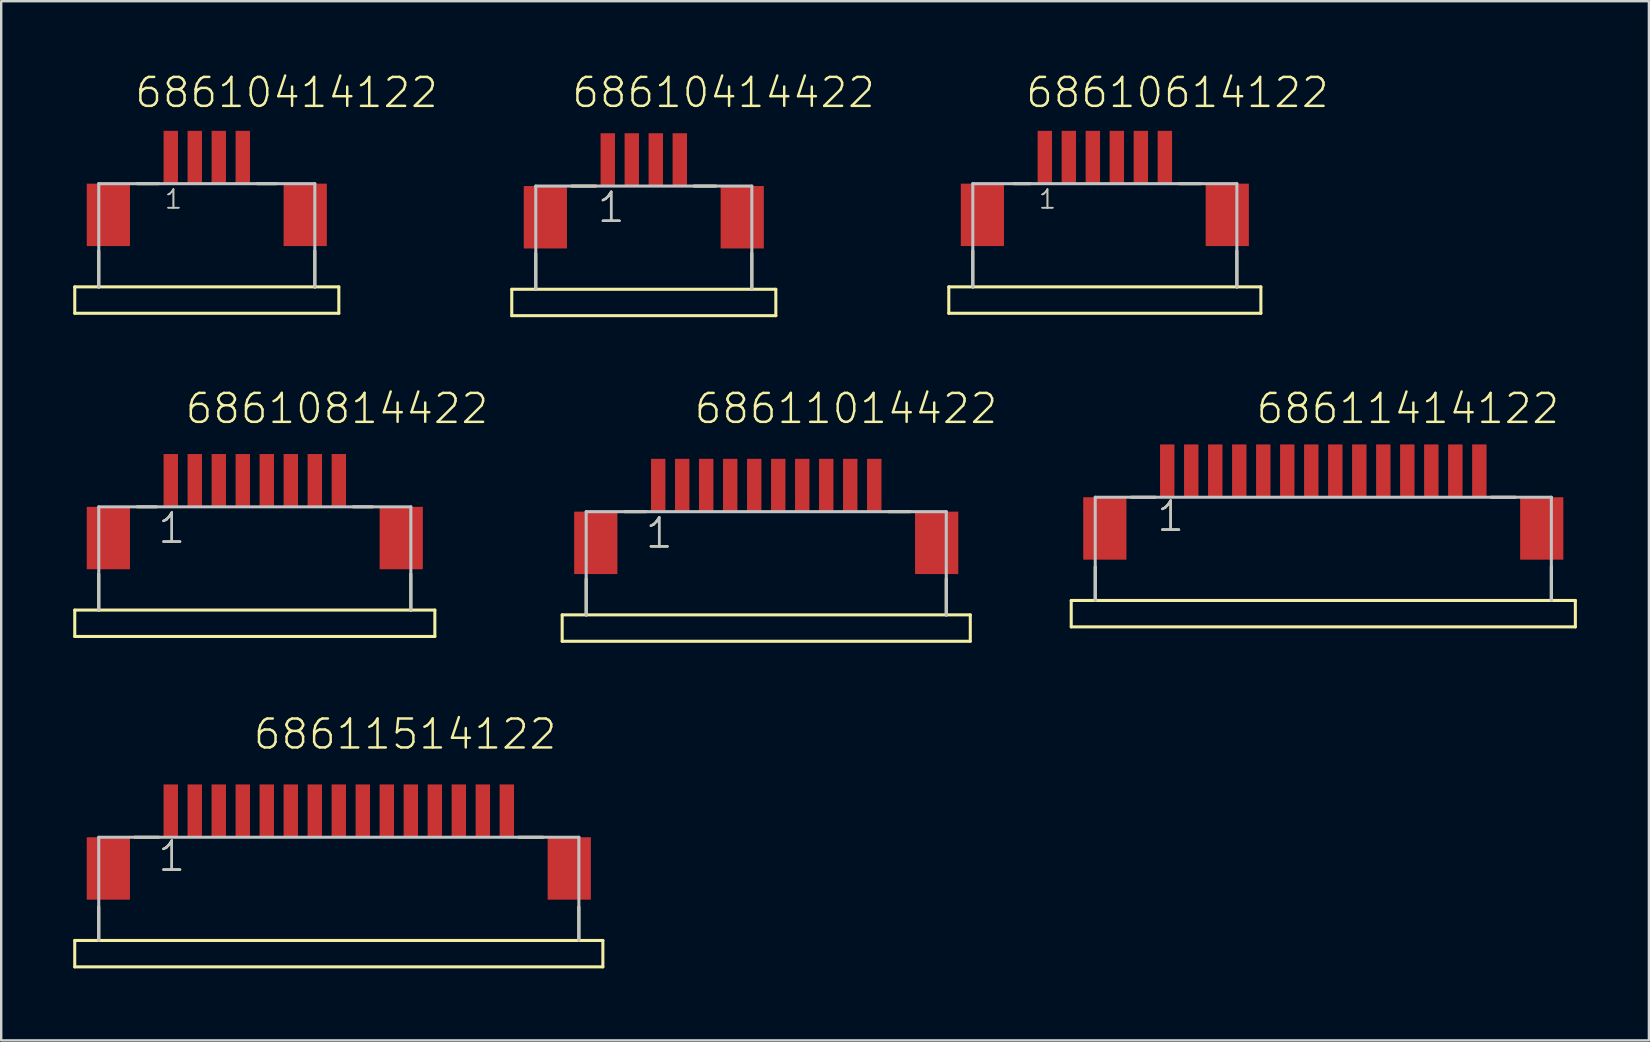
<source format=kicad_pcb>
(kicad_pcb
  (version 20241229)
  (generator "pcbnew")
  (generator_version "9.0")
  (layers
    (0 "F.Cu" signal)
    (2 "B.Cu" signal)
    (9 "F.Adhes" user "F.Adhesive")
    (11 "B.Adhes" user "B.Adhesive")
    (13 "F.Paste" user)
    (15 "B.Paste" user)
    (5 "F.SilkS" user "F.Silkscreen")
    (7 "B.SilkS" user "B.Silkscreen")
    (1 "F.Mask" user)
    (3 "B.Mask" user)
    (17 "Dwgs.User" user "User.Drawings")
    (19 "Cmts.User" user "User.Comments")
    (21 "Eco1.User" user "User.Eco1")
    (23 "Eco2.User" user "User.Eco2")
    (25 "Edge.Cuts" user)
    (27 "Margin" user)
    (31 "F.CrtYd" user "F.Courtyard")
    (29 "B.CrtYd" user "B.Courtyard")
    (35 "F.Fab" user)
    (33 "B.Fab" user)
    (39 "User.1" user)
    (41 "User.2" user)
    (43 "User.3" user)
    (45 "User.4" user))
  (footprint "68610414122"
    (layer "F.Cu")
    (at 5.564 5.9)
    (property "Reference" "68610414122" (at -3.062 -4.388 0) (layer "F.SilkS") (effects (font (size 1.206 1.206) (thickness 0.102)) (justify left bottom)))
    (attr through_hole)
    (fp_line (start -5.5 3) (end -4.5 3) (stroke (width 0.127) (type solid)) (layer "F.SilkS"))
    (fp_line (start -5.5 4.1) (end -5.5 3) (stroke (width 0.127) (type solid)) (layer "F.SilkS"))
    (fp_line (start -4.5 1.5) (end -4.5 3) (stroke (width 0.127) (type solid)) (layer "F.SilkS"))
    (fp_line (start -4.5 3) (end 4.5 3) (stroke (width 0.127) (type solid)) (layer "F.SilkS"))
    (fp_line (start -2.9 -1.3) (end -2 -1.3) (stroke (width 0.127) (type solid)) (layer "F.SilkS"))
    (fp_line (start 2.1 -1.3) (end 2.9 -1.3) (stroke (width 0.127) (type solid)) (layer "F.SilkS"))
    (fp_line (start 4.5 1.5) (end 4.5 3) (stroke (width 0.127) (type solid)) (layer "F.SilkS"))
    (fp_line (start 4.5 3) (end 5.5 3) (stroke (width 0.127) (type solid)) (layer "F.SilkS"))
    (fp_line (start 5.5 3) (end 5.5 4.1) (stroke (width 0.127) (type solid)) (layer "F.SilkS"))
    (fp_line (start 5.5 4.1) (end -5.5 4.1) (stroke (width 0.127) (type solid)) (layer "F.SilkS"))
    (fp_line (start -4.5 -1.3) (end 4.5 -1.3) (stroke (width 0.127) (type solid)) (layer "Dwgs.User"))
    (fp_line (start -4.5 3) (end -4.5 -1.3) (stroke (width 0.127) (type solid)) (layer "Dwgs.User"))
    (fp_line (start 4.5 -1.3) (end 4.5 3) (stroke (width 0.127) (type solid)) (layer "Dwgs.User"))
    (fp_text user "1" (at -1.8 -0.2 0) (layer "F.SilkS") (effects (font (size 0.772 0.772) (thickness 0.065)) (justify left bottom)))
    (fp_text user "1" (at -1.8 -0.2 0) (layer "Dwgs.User") (effects (font (size 0.772 0.772) (thickness 0.065)) (justify left bottom)))
    (pad "1" smd rect (at -1.5 -2.4) (size 0.6 2.2) (layers "F.Cu" "F.Mask" "F.Paste"))
    (pad "2" smd rect (at -0.5 -2.4) (size 0.6 2.2) (layers "F.Cu" "F.Mask" "F.Paste"))
    (pad "3" smd rect (at 0.5 -2.4) (size 0.6 2.2) (layers "F.Cu" "F.Mask" "F.Paste"))
    (pad "4" smd rect (at 1.5 -2.4) (size 0.6 2.2) (layers "F.Cu" "F.Mask" "F.Paste"))
    (pad "Z1" smd rect (at -4.1 0) (size 1.8 2.6) (layers "F.Cu" "F.Mask" "F.Paste"))
    (pad "Z2" smd rect (at 4.1 0) (size 1.8 2.6) (layers "F.Cu" "F.Mask" "F.Paste")))
  (footprint "68611014422"
    (layer "F.Cu")
    (at 28.868 19.563)
    (property "Reference" "68611014422" (at -3.062 -4.888 0) (layer "F.SilkS") (effects (font (size 1.206 1.206) (thickness 0.102)) (justify left bottom)))
    (attr through_hole)
    (fp_line (start -8.5 3) (end -7.5 3) (stroke (width 0.127) (type solid)) (layer "F.SilkS"))
    (fp_line (start -8.5 4.1) (end -8.5 3) (stroke (width 0.127) (type solid)) (layer "F.SilkS"))
    (fp_line (start -7.5 1.5) (end -7.5 3) (stroke (width 0.127) (type solid)) (layer "F.SilkS"))
    (fp_line (start -7.5 3) (end 7.5 3) (stroke (width 0.127) (type solid)) (layer "F.SilkS"))
    (fp_line (start -5.9 -1.3) (end -5 -1.3) (stroke (width 0.127) (type solid)) (layer "F.SilkS"))
    (fp_line (start 5.1 -1.3) (end 6 -1.3) (stroke (width 0.127) (type solid)) (layer "F.SilkS"))
    (fp_line (start 7.5 1.5) (end 7.5 3) (stroke (width 0.127) (type solid)) (layer "F.SilkS"))
    (fp_line (start 7.5 3) (end 8.5 3) (stroke (width 0.127) (type solid)) (layer "F.SilkS"))
    (fp_line (start 8.5 3) (end 8.5 4.1) (stroke (width 0.127) (type solid)) (layer "F.SilkS"))
    (fp_line (start 8.5 4.1) (end -8.5 4.1) (stroke (width 0.127) (type solid)) (layer "F.SilkS"))
    (fp_line (start -7.5 -1.3) (end 7.5 -1.3) (stroke (width 0.127) (type solid)) (layer "Dwgs.User"))
    (fp_line (start -7.5 3) (end -7.5 -1.3) (stroke (width 0.127) (type solid)) (layer "Dwgs.User"))
    (fp_line (start 7.5 -1.3) (end 7.5 3) (stroke (width 0.127) (type solid)) (layer "Dwgs.User"))
    (fp_text user "1" (at -5.1 0.3 0) (layer "F.SilkS") (effects (font (size 1.206 1.206) (thickness 0.102)) (justify left bottom)))
    (fp_text user "1" (at -5.1 0.3 0) (layer "Dwgs.User") (effects (font (size 1.206 1.206) (thickness 0.102)) (justify left bottom)))
    (pad "1" smd rect (at -4.5 -2.4) (size 0.6 2.2) (layers "F.Cu" "F.Mask" "F.Paste"))
    (pad "2" smd rect (at -3.5 -2.4) (size 0.6 2.2) (layers "F.Cu" "F.Mask" "F.Paste"))
    (pad "3" smd rect (at -2.5 -2.4) (size 0.6 2.2) (layers "F.Cu" "F.Mask" "F.Paste"))
    (pad "4" smd rect (at -1.5 -2.4) (size 0.6 2.2) (layers "F.Cu" "F.Mask" "F.Paste"))
    (pad "5" smd rect (at -0.5 -2.4) (size 0.6 2.2) (layers "F.Cu" "F.Mask" "F.Paste"))
    (pad "6" smd rect (at 0.5 -2.4) (size 0.6 2.2) (layers "F.Cu" "F.Mask" "F.Paste"))
    (pad "7" smd rect (at 1.5 -2.4) (size 0.6 2.2) (layers "F.Cu" "F.Mask" "F.Paste"))
    (pad "8" smd rect (at 2.5 -2.4) (size 0.6 2.2) (layers "F.Cu" "F.Mask" "F.Paste"))
    (pad "9" smd rect (at 3.5 -2.4) (size 0.6 2.2) (layers "F.Cu" "F.Mask" "F.Paste"))
    (pad "10" smd rect (at 4.5 -2.4) (size 0.6 2.2) (layers "F.Cu" "F.Mask" "F.Paste"))
    (pad "Z1" smd rect (at -7.1 0) (size 1.8 2.6) (layers "F.Cu" "F.Mask" "F.Paste"))
    (pad "Z2" smd rect (at 7.1 0) (size 1.8 2.6) (layers "F.Cu" "F.Mask" "F.Paste")))
  (footprint "68610414422"
    (layer "F.Cu")
    (at 23.768 6)
    (property "Reference" "68610414422" (at -3.062 -4.489 0) (layer "F.SilkS") (effects (font (size 1.206 1.206) (thickness 0.102)) (justify left bottom)))
    (attr through_hole)
    (fp_line (start -5.5 3) (end -4.5 3) (stroke (width 0.127) (type solid)) (layer "F.SilkS"))
    (fp_line (start -5.5 4.1) (end -5.5 3) (stroke (width 0.127) (type solid)) (layer "F.SilkS"))
    (fp_line (start -4.5 1.5) (end -4.5 3) (stroke (width 0.127) (type solid)) (layer "F.SilkS"))
    (fp_line (start -4.5 3) (end 4.5 3) (stroke (width 0.127) (type solid)) (layer "F.SilkS"))
    (fp_line (start -3 -1.3) (end -2 -1.3) (stroke (width 0.127) (type solid)) (layer "F.SilkS"))
    (fp_line (start 2.1 -1.3) (end 3 -1.3) (stroke (width 0.127) (type solid)) (layer "F.SilkS"))
    (fp_line (start 4.5 3) (end 4.5 1.5) (stroke (width 0.127) (type solid)) (layer "F.SilkS"))
    (fp_line (start 4.5 3) (end 5.5 3) (stroke (width 0.127) (type solid)) (layer "F.SilkS"))
    (fp_line (start 5.5 3) (end 5.5 4.1) (stroke (width 0.127) (type solid)) (layer "F.SilkS"))
    (fp_line (start 5.5 4.1) (end -5.5 4.1) (stroke (width 0.127) (type solid)) (layer "F.SilkS"))
    (fp_line (start -4.5 -1.3) (end 4.5 -1.3) (stroke (width 0.127) (type solid)) (layer "Dwgs.User"))
    (fp_line (start -4.5 3) (end -4.5 -1.3) (stroke (width 0.127) (type solid)) (layer "Dwgs.User"))
    (fp_line (start 4.5 -1.3) (end 4.5 3) (stroke (width 0.127) (type solid)) (layer "Dwgs.User"))
    (fp_text user "1" (at -2 0.3 0) (layer "F.SilkS") (effects (font (size 1.206 1.206) (thickness 0.102)) (justify left bottom)))
    (fp_text user "1" (at -2 0.3 0) (layer "Dwgs.User") (effects (font (size 1.206 1.206) (thickness 0.102)) (justify left bottom)))
    (pad "1" smd rect (at -1.5 -2.4) (size 0.6 2.2) (layers "F.Cu" "F.Mask" "F.Paste"))
    (pad "2" smd rect (at -0.5 -2.4) (size 0.6 2.2) (layers "F.Cu" "F.Mask" "F.Paste"))
    (pad "3" smd rect (at 0.5 -2.4) (size 0.6 2.2) (layers "F.Cu" "F.Mask" "F.Paste"))
    (pad "4" smd rect (at 1.5 -2.4) (size 0.6 2.2) (layers "F.Cu" "F.Mask" "F.Paste"))
    (pad "Z1" smd rect (at -4.1 0) (size 1.8 2.6) (layers "F.Cu" "F.Mask" "F.Paste"))
    (pad "Z2" smd rect (at 4.1 0) (size 1.8 2.6) (layers "F.Cu" "F.Mask" "F.Paste")))
  (footprint "68610614122"
    (layer "F.Cu")
    (at 42.973 5.9)
    (property "Reference" "68610614122" (at -3.362 -4.388 0) (layer "F.SilkS") (effects (font (size 1.206 1.206) (thickness 0.102)) (justify left bottom)))
    (attr through_hole)
    (fp_line (start -6.5 3) (end -5.5 3) (stroke (width 0.127) (type solid)) (layer "F.SilkS"))
    (fp_line (start -6.5 4.1) (end -6.5 3) (stroke (width 0.127) (type solid)) (layer "F.SilkS"))
    (fp_line (start -5.5 1.5) (end -5.5 3) (stroke (width 0.127) (type solid)) (layer "F.SilkS"))
    (fp_line (start -5.5 3) (end 5.5 3) (stroke (width 0.127) (type solid)) (layer "F.SilkS"))
    (fp_line (start -3.8 -1.3) (end -3.1 -1.3) (stroke (width 0.127) (type solid)) (layer "F.SilkS"))
    (fp_line (start 3.1 -1.3) (end 4 -1.3) (stroke (width 0.127) (type solid)) (layer "F.SilkS"))
    (fp_line (start 5.5 1.5) (end 5.5 3) (stroke (width 0.127) (type solid)) (layer "F.SilkS"))
    (fp_line (start 5.5 3) (end 6.5 3) (stroke (width 0.127) (type solid)) (layer "F.SilkS"))
    (fp_line (start 6.5 3) (end 6.5 4.1) (stroke (width 0.127) (type solid)) (layer "F.SilkS"))
    (fp_line (start 6.5 4.1) (end -6.5 4.1) (stroke (width 0.127) (type solid)) (layer "F.SilkS"))
    (fp_line (start -5.5 -1.3) (end 5.5 -1.3) (stroke (width 0.127) (type solid)) (layer "Dwgs.User"))
    (fp_line (start -5.5 3) (end -5.5 -1.3) (stroke (width 0.127) (type solid)) (layer "Dwgs.User"))
    (fp_line (start 5.5 -1.3) (end 5.5 3) (stroke (width 0.127) (type solid)) (layer "Dwgs.User"))
    (fp_text user "1" (at -2.8 -0.2 0) (layer "F.SilkS") (effects (font (size 0.772 0.772) (thickness 0.065)) (justify left bottom)))
    (fp_text user "1" (at -2.8 -0.2 0) (layer "Dwgs.User") (effects (font (size 0.772 0.772) (thickness 0.065)) (justify left bottom)))
    (pad "1" smd rect (at -2.5 -2.4) (size 0.6 2.2) (layers "F.Cu" "F.Mask" "F.Paste"))
    (pad "2" smd rect (at -1.5 -2.4) (size 0.6 2.2) (layers "F.Cu" "F.Mask" "F.Paste"))
    (pad "3" smd rect (at -0.5 -2.4) (size 0.6 2.2) (layers "F.Cu" "F.Mask" "F.Paste"))
    (pad "4" smd rect (at 0.5 -2.4) (size 0.6 2.2) (layers "F.Cu" "F.Mask" "F.Paste"))
    (pad "5" smd rect (at 1.5 -2.4) (size 0.6 2.2) (layers "F.Cu" "F.Mask" "F.Paste"))
    (pad "6" smd rect (at 2.5 -2.4) (size 0.6 2.2) (layers "F.Cu" "F.Mask" "F.Paste"))
    (pad "Z1" smd rect (at -5.1 0) (size 1.8 2.6) (layers "F.Cu" "F.Mask" "F.Paste"))
    (pad "Z2" smd rect (at 5.1 0) (size 1.8 2.6) (layers "F.Cu" "F.Mask" "F.Paste")))
  (footprint "68611414122"
    (layer "F.Cu")
    (at 52.073 18.963)
    (property "Reference" "68611414122" (at -2.862 -4.288 0) (layer "F.SilkS") (effects (font (size 1.206 1.206) (thickness 0.102)) (justify left bottom)))
    (attr through_hole)
    (fp_line (start -10.5 3) (end -9.5 3) (stroke (width 0.127) (type solid)) (layer "F.SilkS"))
    (fp_line (start -10.5 4.1) (end -10.5 3) (stroke (width 0.127) (type solid)) (layer "F.SilkS"))
    (fp_line (start -9.5 1.6) (end -9.5 3) (stroke (width 0.127) (type solid)) (layer "F.SilkS"))
    (fp_line (start -9.5 3) (end 9.5 3) (stroke (width 0.127) (type solid)) (layer "F.SilkS"))
    (fp_line (start -8 -1.3) (end -7 -1.3) (stroke (width 0.127) (type solid)) (layer "F.SilkS"))
    (fp_line (start 7 -1.3) (end 8 -1.3) (stroke (width 0.127) (type solid)) (layer "F.SilkS"))
    (fp_line (start 9.5 1.6) (end 9.5 3) (stroke (width 0.127) (type solid)) (layer "F.SilkS"))
    (fp_line (start 9.5 3) (end 10.5 3) (stroke (width 0.127) (type solid)) (layer "F.SilkS"))
    (fp_line (start 10.5 3) (end 10.5 4.1) (stroke (width 0.127) (type solid)) (layer "F.SilkS"))
    (fp_line (start 10.5 4.1) (end -10.5 4.1) (stroke (width 0.127) (type solid)) (layer "F.SilkS"))
    (fp_line (start -9.5 -1.3) (end 9.5 -1.3) (stroke (width 0.127) (type solid)) (layer "Dwgs.User"))
    (fp_line (start -9.5 3) (end -9.5 -1.3) (stroke (width 0.127) (type solid)) (layer "Dwgs.User"))
    (fp_line (start 9.5 -1.3) (end 9.5 3) (stroke (width 0.127) (type solid)) (layer "Dwgs.User"))
    (fp_text user "1" (at -7 0.2 0) (layer "F.SilkS") (effects (font (size 1.206 1.206) (thickness 0.102)) (justify left bottom)))
    (fp_text user "1" (at -7 0.2 0) (layer "Dwgs.User") (effects (font (size 1.206 1.206) (thickness 0.102)) (justify left bottom)))
    (pad "1" smd rect (at -6.5 -2.4) (size 0.6 2.2) (layers "F.Cu" "F.Mask" "F.Paste"))
    (pad "2" smd rect (at -5.5 -2.4) (size 0.6 2.2) (layers "F.Cu" "F.Mask" "F.Paste"))
    (pad "3" smd rect (at -4.5 -2.4) (size 0.6 2.2) (layers "F.Cu" "F.Mask" "F.Paste"))
    (pad "4" smd rect (at -3.5 -2.4) (size 0.6 2.2) (layers "F.Cu" "F.Mask" "F.Paste"))
    (pad "5" smd rect (at -2.5 -2.4) (size 0.6 2.2) (layers "F.Cu" "F.Mask" "F.Paste"))
    (pad "6" smd rect (at -1.5 -2.4) (size 0.6 2.2) (layers "F.Cu" "F.Mask" "F.Paste"))
    (pad "7" smd rect (at -0.5 -2.4) (size 0.6 2.2) (layers "F.Cu" "F.Mask" "F.Paste"))
    (pad "8" smd rect (at 0.5 -2.4) (size 0.6 2.2) (layers "F.Cu" "F.Mask" "F.Paste"))
    (pad "9" smd rect (at 1.5 -2.4) (size 0.6 2.2) (layers "F.Cu" "F.Mask" "F.Paste"))
    (pad "10" smd rect (at 2.5 -2.4) (size 0.6 2.2) (layers "F.Cu" "F.Mask" "F.Paste"))
    (pad "11" smd rect (at 3.5 -2.4) (size 0.6 2.2) (layers "F.Cu" "F.Mask" "F.Paste"))
    (pad "12" smd rect (at 4.5 -2.4) (size 0.6 2.2) (layers "F.Cu" "F.Mask" "F.Paste"))
    (pad "13" smd rect (at 5.5 -2.4) (size 0.6 2.2) (layers "F.Cu" "F.Mask" "F.Paste"))
    (pad "14" smd rect (at 6.5 -2.4) (size 0.6 2.2) (layers "F.Cu" "F.Mask" "F.Paste"))
    (pad "Z1" smd rect (at -9.1 0) (size 1.8 2.6) (layers "F.Cu" "F.Mask" "F.Paste"))
    (pad "Z2" smd rect (at 9.1 0) (size 1.8 2.6) (layers "F.Cu" "F.Mask" "F.Paste")))
  (footprint "68610814422"
    (layer "F.Cu")
    (at 7.564 19.363)
    (property "Reference" "68610814422" (at -2.962 -4.689 0) (layer "F.SilkS") (effects (font (size 1.206 1.206) (thickness 0.102)) (justify left bottom)))
    (attr through_hole)
    (fp_line (start -7.5 3) (end -6.5 3) (stroke (width 0.127) (type solid)) (layer "F.SilkS"))
    (fp_line (start -7.5 4.1) (end -7.5 3) (stroke (width 0.127) (type solid)) (layer "F.SilkS"))
    (fp_line (start -6.5 1.5) (end -6.5 3) (stroke (width 0.127) (type solid)) (layer "F.SilkS"))
    (fp_line (start -6.5 3) (end 6.5 3) (stroke (width 0.127) (type solid)) (layer "F.SilkS"))
    (fp_line (start -4.9 -1.3) (end -4.1 -1.3) (stroke (width 0.127) (type solid)) (layer "F.SilkS"))
    (fp_line (start 4.1 -1.3) (end 4.9 -1.3) (stroke (width 0.127) (type solid)) (layer "F.SilkS"))
    (fp_line (start 6.5 1.5) (end 6.5 3) (stroke (width 0.127) (type solid)) (layer "F.SilkS"))
    (fp_line (start 6.5 3) (end 7.5 3) (stroke (width 0.127) (type solid)) (layer "F.SilkS"))
    (fp_line (start 7.5 3) (end 7.5 4.1) (stroke (width 0.127) (type solid)) (layer "F.SilkS"))
    (fp_line (start 7.5 4.1) (end -7.5 4.1) (stroke (width 0.127) (type solid)) (layer "F.SilkS"))
    (fp_line (start -6.5 -1.3) (end 6.5 -1.3) (stroke (width 0.127) (type solid)) (layer "Dwgs.User"))
    (fp_line (start -6.5 3) (end -6.5 -1.3) (stroke (width 0.127) (type solid)) (layer "Dwgs.User"))
    (fp_line (start 6.5 -1.3) (end 6.5 3) (stroke (width 0.127) (type solid)) (layer "Dwgs.User"))
    (fp_text user "1" (at -4.1 0.3 0) (layer "F.SilkS") (effects (font (size 1.206 1.206) (thickness 0.102)) (justify left bottom)))
    (fp_text user "1" (at -4.1 0.3 0) (layer "Dwgs.User") (effects (font (size 1.206 1.206) (thickness 0.102)) (justify left bottom)))
    (pad "1" smd rect (at -3.5 -2.4) (size 0.6 2.2) (layers "F.Cu" "F.Mask" "F.Paste"))
    (pad "2" smd rect (at -2.5 -2.4) (size 0.6 2.2) (layers "F.Cu" "F.Mask" "F.Paste"))
    (pad "3" smd rect (at -1.5 -2.4) (size 0.6 2.2) (layers "F.Cu" "F.Mask" "F.Paste"))
    (pad "4" smd rect (at -0.5 -2.4) (size 0.6 2.2) (layers "F.Cu" "F.Mask" "F.Paste"))
    (pad "5" smd rect (at 0.5 -2.4) (size 0.6 2.2) (layers "F.Cu" "F.Mask" "F.Paste"))
    (pad "6" smd rect (at 1.5 -2.4) (size 0.6 2.2) (layers "F.Cu" "F.Mask" "F.Paste"))
    (pad "7" smd rect (at 2.5 -2.4) (size 0.6 2.2) (layers "F.Cu" "F.Mask" "F.Paste"))
    (pad "8" smd rect (at 3.5 -2.4) (size 0.6 2.2) (layers "F.Cu" "F.Mask" "F.Paste"))
    (pad "Z1" smd rect (at -6.1 0) (size 1.8 2.6) (layers "F.Cu" "F.Mask" "F.Paste"))
    (pad "Z2" smd rect (at 6.1 0) (size 1.8 2.6) (layers "F.Cu" "F.Mask" "F.Paste")))
  (footprint "68611514122"
    (layer "F.Cu")
    (at 11.063 33.126)
    (property "Reference" "68611514122" (at -3.622 -4.888 0) (layer "F.SilkS") (effects (font (size 1.206 1.206) (thickness 0.102)) (justify left bottom)))
    (attr through_hole)
    (fp_line (start -11 3) (end -10 3) (stroke (width 0.127) (type solid)) (layer "F.SilkS"))
    (fp_line (start -11 4.1) (end -11 3) (stroke (width 0.127) (type solid)) (layer "F.SilkS"))
    (fp_line (start -10 1.6) (end -10 3) (stroke (width 0.127) (type solid)) (layer "F.SilkS"))
    (fp_line (start -10 3) (end 10 3) (stroke (width 0.127) (type solid)) (layer "F.SilkS"))
    (fp_line (start -8.5 -1.3) (end -7.5 -1.3) (stroke (width 0.127) (type solid)) (layer "F.SilkS"))
    (fp_line (start 7.5 -1.3) (end 8.5 -1.3) (stroke (width 0.127) (type solid)) (layer "F.SilkS"))
    (fp_line (start 10 1.6) (end 10 3) (stroke (width 0.127) (type solid)) (layer "F.SilkS"))
    (fp_line (start 10 3) (end 11 3) (stroke (width 0.127) (type solid)) (layer "F.SilkS"))
    (fp_line (start 11 3) (end 11 4.1) (stroke (width 0.127) (type solid)) (layer "F.SilkS"))
    (fp_line (start 11 4.1) (end -11 4.1) (stroke (width 0.127) (type solid)) (layer "F.SilkS"))
    (fp_line (start -10 -1.3) (end 10 -1.3) (stroke (width 0.127) (type solid)) (layer "Dwgs.User"))
    (fp_line (start -10 3) (end -10 -1.3) (stroke (width 0.127) (type solid)) (layer "Dwgs.User"))
    (fp_line (start 10 -1.3) (end 10 3) (stroke (width 0.127) (type solid)) (layer "Dwgs.User"))
    (fp_text user "1" (at -7.6 0.2 0) (layer "F.SilkS") (effects (font (size 1.206 1.206) (thickness 0.102)) (justify left bottom)))
    (fp_text user "1" (at -7.6 0.2 0) (layer "Dwgs.User") (effects (font (size 1.206 1.206) (thickness 0.102)) (justify left bottom)))
    (pad "1" smd rect (at -7 -2.4) (size 0.6 2.2) (layers "F.Cu" "F.Mask" "F.Paste"))
    (pad "2" smd rect (at -6 -2.4) (size 0.6 2.2) (layers "F.Cu" "F.Mask" "F.Paste"))
    (pad "3" smd rect (at -5 -2.4) (size 0.6 2.2) (layers "F.Cu" "F.Mask" "F.Paste"))
    (pad "4" smd rect (at -4 -2.4) (size 0.6 2.2) (layers "F.Cu" "F.Mask" "F.Paste"))
    (pad "5" smd rect (at -3 -2.4) (size 0.6 2.2) (layers "F.Cu" "F.Mask" "F.Paste"))
    (pad "6" smd rect (at -2 -2.4) (size 0.6 2.2) (layers "F.Cu" "F.Mask" "F.Paste"))
    (pad "7" smd rect (at -1 -2.4) (size 0.6 2.2) (layers "F.Cu" "F.Mask" "F.Paste"))
    (pad "8" smd rect (at 0 -2.4) (size 0.6 2.2) (layers "F.Cu" "F.Mask" "F.Paste"))
    (pad "9" smd rect (at 1 -2.4) (size 0.6 2.2) (layers "F.Cu" "F.Mask" "F.Paste"))
    (pad "10" smd rect (at 2 -2.4) (size 0.6 2.2) (layers "F.Cu" "F.Mask" "F.Paste"))
    (pad "11" smd rect (at 3 -2.4) (size 0.6 2.2) (layers "F.Cu" "F.Mask" "F.Paste"))
    (pad "12" smd rect (at 4 -2.4) (size 0.6 2.2) (layers "F.Cu" "F.Mask" "F.Paste"))
    (pad "13" smd rect (at 5 -2.4) (size 0.6 2.2) (layers "F.Cu" "F.Mask" "F.Paste"))
    (pad "14" smd rect (at 6 -2.4) (size 0.6 2.2) (layers "F.Cu" "F.Mask" "F.Paste"))
    (pad "15" smd rect (at 7 -2.4) (size 0.6 2.2) (layers "F.Cu" "F.Mask" "F.Paste"))
    (pad "Z1" smd rect (at -9.6 0) (size 1.8 2.6) (layers "F.Cu" "F.Mask" "F.Paste"))
    (pad "Z2" smd rect (at 9.6 0) (size 1.8 2.6) (layers "F.Cu" "F.Mask" "F.Paste")))
  (gr_rect
    (start -3 -3)
    (end 65.637 40.29)
    (stroke (width 0.1) (type default))
    (fill no)
    (layer "Edge.Cuts")))
</source>
